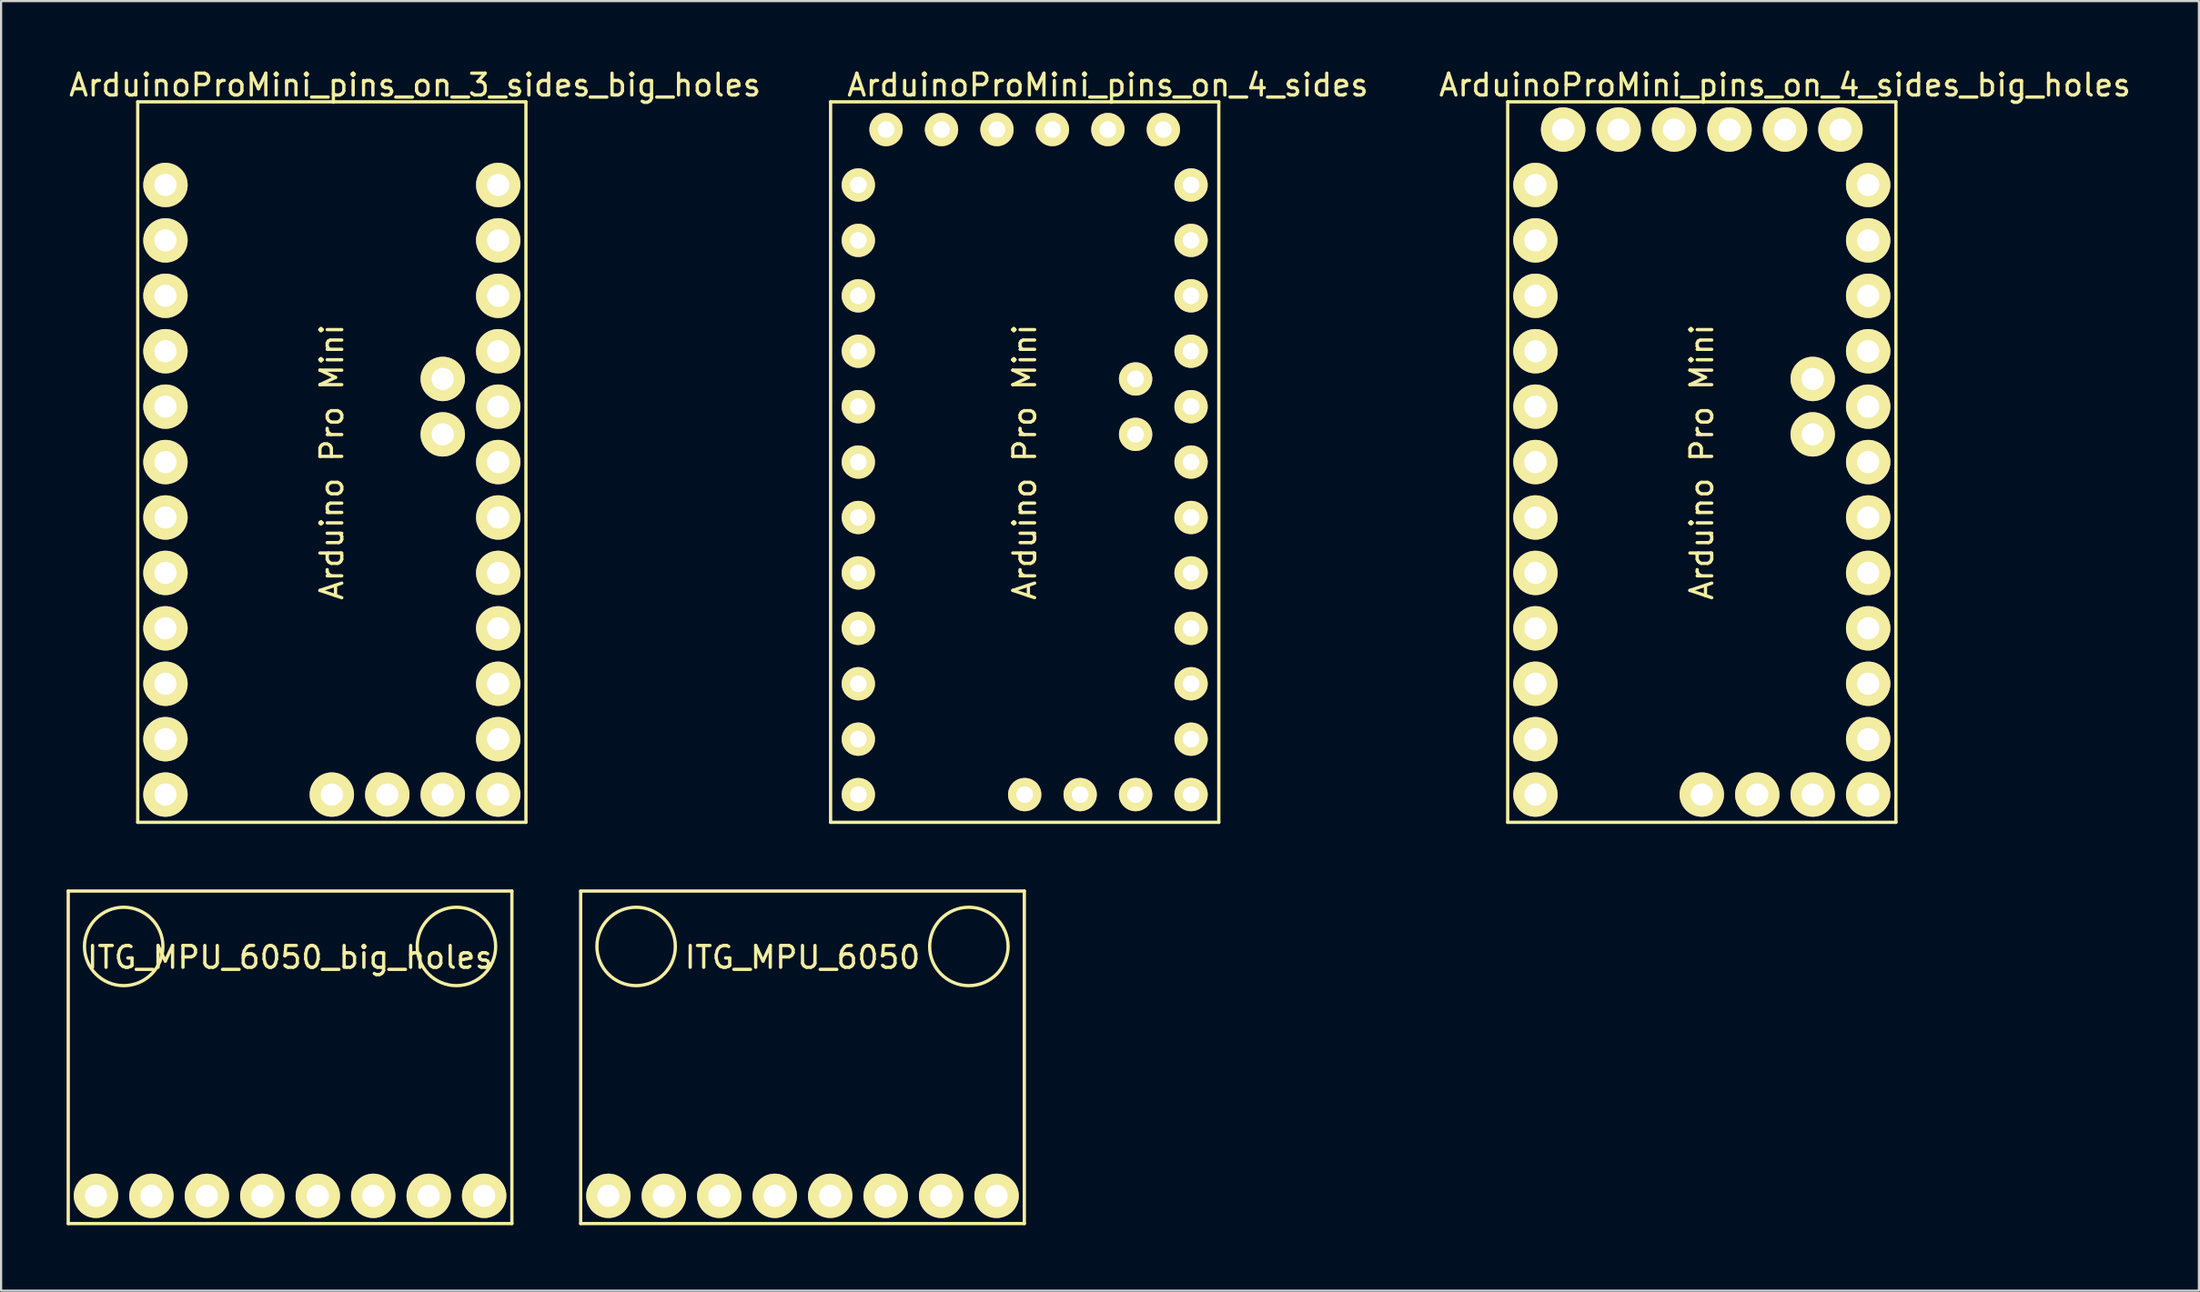
<source format=kicad_pcb>
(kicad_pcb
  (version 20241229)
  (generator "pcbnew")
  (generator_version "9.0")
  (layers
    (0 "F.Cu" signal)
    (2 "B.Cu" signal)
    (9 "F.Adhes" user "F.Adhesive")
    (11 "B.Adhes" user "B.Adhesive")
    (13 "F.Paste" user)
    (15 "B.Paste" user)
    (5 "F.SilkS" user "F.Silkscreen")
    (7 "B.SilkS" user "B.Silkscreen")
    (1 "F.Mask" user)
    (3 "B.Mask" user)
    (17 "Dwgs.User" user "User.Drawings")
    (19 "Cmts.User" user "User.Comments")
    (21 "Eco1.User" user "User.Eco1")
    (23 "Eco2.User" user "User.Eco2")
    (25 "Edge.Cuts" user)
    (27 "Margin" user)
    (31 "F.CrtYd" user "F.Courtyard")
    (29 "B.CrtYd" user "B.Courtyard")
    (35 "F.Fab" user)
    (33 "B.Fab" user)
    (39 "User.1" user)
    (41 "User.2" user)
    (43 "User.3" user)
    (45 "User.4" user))
  (footprint "ITG_MPU_6050_big_holes"
    (layer "F.Cu")
    (at 10.235 40.328)
    (property "Reference" "ITG_MPU_6050_big_holes" (at 0 0.5 0) (layer "F.SilkS") (effects (font (size 1 1) (thickness 0.15))))
    (attr through_hole)
    (fp_line (start -10.16 -2.54) (end -10.16 12.7) (stroke (width 0.15) (type solid)) (layer "F.SilkS"))
    (fp_line (start -10.16 12.7) (end 10.16 12.7) (stroke (width 0.15) (type solid)) (layer "F.SilkS"))
    (fp_line (start 10.16 -2.54) (end -10.16 -2.54) (stroke (width 0.15) (type solid)) (layer "F.SilkS"))
    (fp_line (start 10.16 12.7) (end 10.16 -2.54) (stroke (width 0.15) (type solid)) (layer "F.SilkS"))
    (fp_circle (center -7.62 0) (end -6.35 1.27) (stroke (width 0.15) (type solid)) (fill no) (layer "F.SilkS"))
    (fp_circle (center 7.62 0) (end 8.89 -1.27) (stroke (width 0.15) (type solid)) (fill no) (layer "F.SilkS"))
    (pad "1" thru_hole circle (at -8.89 11.43) (size 2.032 2.032) (drill 1.016) (layers "*.Cu" "*.Mask" "F.SilkS"))
    (pad "2" thru_hole circle (at -6.35 11.43) (size 2.032 2.032) (drill 1.016) (layers "*.Cu" "*.Mask" "F.SilkS"))
    (pad "3" thru_hole circle (at -3.81 11.43) (size 2.032 2.032) (drill 1.016) (layers "*.Cu" "*.Mask" "F.SilkS"))
    (pad "4" thru_hole circle (at -1.27 11.43) (size 2.032 2.032) (drill 1.016) (layers "*.Cu" "*.Mask" "F.SilkS"))
    (pad "5" thru_hole circle (at 1.27 11.43) (size 2.032 2.032) (drill 1.016) (layers "*.Cu" "*.Mask" "F.SilkS"))
    (pad "6" thru_hole circle (at 3.81 11.43) (size 2.032 2.032) (drill 1.016) (layers "*.Cu" "*.Mask" "F.SilkS"))
    (pad "7" thru_hole circle (at 6.35 11.43) (size 2.032 2.032) (drill 1.016) (layers "*.Cu" "*.Mask" "F.SilkS"))
    (pad "8" thru_hole circle (at 8.89 11.43) (size 2.032 2.032) (drill 1.016) (layers "*.Cu" "*.Mask" "F.SilkS")))
  (footprint "ArduinoProMini_pins_on_4_sides"
    (layer "F.Cu")
    (at 47.692 0.348)
    (property "Reference" "ArduinoProMini_pins_on_4_sides" (at 0 0.5 0) (layer "F.SilkS") (effects (font (size 1 1) (thickness 0.15))))
    (attr through_hole)
    (fp_line (start -12.7 1.27) (end -12.7 34.29) (stroke (width 0.15) (type solid)) (layer "F.SilkS"))
    (fp_line (start -12.7 34.29) (end 5.08 34.29) (stroke (width 0.15) (type solid)) (layer "F.SilkS"))
    (fp_line (start 5.08 1.27) (end -12.7 1.27) (stroke (width 0.15) (type solid)) (layer "F.SilkS"))
    (fp_line (start 5.08 34.29) (end 5.08 1.27) (stroke (width 0.15) (type solid)) (layer "F.SilkS"))
    (fp_text user "Arduino Pro Mini" (at -3.81 17.78 90) (layer "F.SilkS") (effects (font (size 1 1) (thickness 0.15))))
    (pad "1" thru_hole circle (at -10.16 2.54) (size 1.524 1.524) (drill 0.762) (layers "*.Cu" "*.Mask" "F.SilkS"))
    (pad "2" thru_hole circle (at -7.62 2.54) (size 1.524 1.524) (drill 0.762) (layers "*.Cu" "*.Mask" "F.SilkS"))
    (pad "3" thru_hole circle (at -5.08 2.54) (size 1.524 1.524) (drill 0.762) (layers "*.Cu" "*.Mask" "F.SilkS"))
    (pad "4" thru_hole circle (at -2.54 2.54) (size 1.524 1.524) (drill 0.762) (layers "*.Cu" "*.Mask" "F.SilkS"))
    (pad "5" thru_hole circle (at 0 2.54) (size 1.524 1.524) (drill 0.762) (layers "*.Cu" "*.Mask" "F.SilkS"))
    (pad "6" thru_hole circle (at 2.54 2.54) (size 1.524 1.524) (drill 0.762) (layers "*.Cu" "*.Mask" "F.SilkS"))
    (pad "7" thru_hole circle (at -11.43 5.08) (size 1.524 1.524) (drill 0.762) (layers "*.Cu" "*.Mask" "F.SilkS"))
    (pad "8" thru_hole circle (at -11.43 7.62) (size 1.524 1.524) (drill 0.762) (layers "*.Cu" "*.Mask" "F.SilkS"))
    (pad "9" thru_hole circle (at -11.43 10.16) (size 1.524 1.524) (drill 0.762) (layers "*.Cu" "*.Mask" "F.SilkS"))
    (pad "10" thru_hole circle (at -11.43 12.7) (size 1.524 1.524) (drill 0.762) (layers "*.Cu" "*.Mask" "F.SilkS"))
    (pad "11" thru_hole circle (at -11.43 15.24) (size 1.524 1.524) (drill 0.762) (layers "*.Cu" "*.Mask" "F.SilkS"))
    (pad "12" thru_hole circle (at -11.43 17.78) (size 1.524 1.524) (drill 0.762) (layers "*.Cu" "*.Mask" "F.SilkS"))
    (pad "13" thru_hole circle (at -11.43 20.32) (size 1.524 1.524) (drill 0.762) (layers "*.Cu" "*.Mask" "F.SilkS"))
    (pad "14" thru_hole circle (at -11.43 22.86) (size 1.524 1.524) (drill 0.762) (layers "*.Cu" "*.Mask" "F.SilkS"))
    (pad "15" thru_hole circle (at -11.43 25.4) (size 1.524 1.524) (drill 0.762) (layers "*.Cu" "*.Mask" "F.SilkS"))
    (pad "16" thru_hole circle (at -11.43 27.94) (size 1.524 1.524) (drill 0.762) (layers "*.Cu" "*.Mask" "F.SilkS"))
    (pad "17" thru_hole circle (at -11.43 30.48) (size 1.524 1.524) (drill 0.762) (layers "*.Cu" "*.Mask" "F.SilkS"))
    (pad "18" thru_hole circle (at -11.43 33.02) (size 1.524 1.524) (drill 0.762) (layers "*.Cu" "*.Mask" "F.SilkS"))
    (pad "19" thru_hole circle (at 3.81 5.08) (size 1.524 1.524) (drill 0.762) (layers "*.Cu" "*.Mask" "F.SilkS"))
    (pad "20" thru_hole circle (at 3.81 7.62) (size 1.524 1.524) (drill 0.762) (layers "*.Cu" "*.Mask" "F.SilkS"))
    (pad "21" thru_hole circle (at 3.81 10.16) (size 1.524 1.524) (drill 0.762) (layers "*.Cu" "*.Mask" "F.SilkS"))
    (pad "22" thru_hole circle (at 3.81 12.7) (size 1.524 1.524) (drill 0.762) (layers "*.Cu" "*.Mask" "F.SilkS"))
    (pad "23" thru_hole circle (at 3.81 15.24) (size 1.524 1.524) (drill 0.762) (layers "*.Cu" "*.Mask" "F.SilkS"))
    (pad "24" thru_hole circle (at 3.81 17.78) (size 1.524 1.524) (drill 0.762) (layers "*.Cu" "*.Mask" "F.SilkS"))
    (pad "25" thru_hole circle (at 3.81 20.32) (size 1.524 1.524) (drill 0.762) (layers "*.Cu" "*.Mask" "F.SilkS"))
    (pad "26" thru_hole circle (at 3.81 22.86) (size 1.524 1.524) (drill 0.762) (layers "*.Cu" "*.Mask" "F.SilkS"))
    (pad "27" thru_hole circle (at 3.81 25.4) (size 1.524 1.524) (drill 0.762) (layers "*.Cu" "*.Mask" "F.SilkS"))
    (pad "28" thru_hole circle (at 3.81 27.94) (size 1.524 1.524) (drill 0.762) (layers "*.Cu" "*.Mask" "F.SilkS"))
    (pad "29" thru_hole circle (at 3.81 30.48) (size 1.524 1.524) (drill 0.762) (layers "*.Cu" "*.Mask" "F.SilkS"))
    (pad "30" thru_hole circle (at 3.81 33.02) (size 1.524 1.524) (drill 0.762) (layers "*.Cu" "*.Mask" "F.SilkS"))
    (pad "31" thru_hole circle (at 1.27 13.97) (size 1.524 1.524) (drill 0.762) (layers "*.Cu" "*.Mask" "F.SilkS"))
    (pad "32" thru_hole circle (at 1.27 16.51) (size 1.524 1.524) (drill 0.762) (layers "*.Cu" "*.Mask" "F.SilkS"))
    (pad "33" thru_hole circle (at 1.27 33.02) (size 1.524 1.524) (drill 0.762) (layers "*.Cu" "*.Mask" "F.SilkS"))
    (pad "34" thru_hole circle (at -1.27 33.02) (size 1.524 1.524) (drill 0.762) (layers "*.Cu" "*.Mask" "F.SilkS"))
    (pad "35" thru_hole circle (at -3.81 33.02) (size 1.524 1.524) (drill 0.762) (layers "*.Cu" "*.Mask" "F.SilkS")))
  (footprint "ITG_MPU_6050"
    (layer "F.Cu")
    (at 33.705 40.328)
    (property "Reference" "ITG_MPU_6050" (at 0 0.5 0) (layer "F.SilkS") (effects (font (size 1 1) (thickness 0.15))))
    (attr through_hole)
    (fp_line (start -10.16 -2.54) (end -10.16 12.7) (stroke (width 0.15) (type solid)) (layer "F.SilkS"))
    (fp_line (start -10.16 12.7) (end 10.16 12.7) (stroke (width 0.15) (type solid)) (layer "F.SilkS"))
    (fp_line (start 10.16 -2.54) (end -10.16 -2.54) (stroke (width 0.15) (type solid)) (layer "F.SilkS"))
    (fp_line (start 10.16 12.7) (end 10.16 -2.54) (stroke (width 0.15) (type solid)) (layer "F.SilkS"))
    (fp_circle (center -7.62 0) (end -6.35 1.27) (stroke (width 0.15) (type solid)) (fill no) (layer "F.SilkS"))
    (fp_circle (center 7.62 0) (end 8.89 -1.27) (stroke (width 0.15) (type solid)) (fill no) (layer "F.SilkS"))
    (pad "1" thru_hole circle (at -8.89 11.43) (size 2.032 2.032) (drill 1.016) (layers "*.Cu" "*.Mask" "F.SilkS"))
    (pad "2" thru_hole circle (at -6.35 11.43) (size 2.032 2.032) (drill 1.016) (layers "*.Cu" "*.Mask" "F.SilkS"))
    (pad "3" thru_hole circle (at -3.81 11.43) (size 2.032 2.032) (drill 1.016) (layers "*.Cu" "*.Mask" "F.SilkS"))
    (pad "4" thru_hole circle (at -1.27 11.43) (size 2.032 2.032) (drill 1.016) (layers "*.Cu" "*.Mask" "F.SilkS"))
    (pad "5" thru_hole circle (at 1.27 11.43) (size 2.032 2.032) (drill 1.016) (layers "*.Cu" "*.Mask" "F.SilkS"))
    (pad "6" thru_hole circle (at 3.81 11.43) (size 2.032 2.032) (drill 1.016) (layers "*.Cu" "*.Mask" "F.SilkS"))
    (pad "7" thru_hole circle (at 6.35 11.43) (size 2.032 2.032) (drill 1.016) (layers "*.Cu" "*.Mask" "F.SilkS"))
    (pad "8" thru_hole circle (at 8.89 11.43) (size 2.032 2.032) (drill 1.016) (layers "*.Cu" "*.Mask" "F.SilkS")))
  (footprint "ArduinoProMini_pins_on_3_sides_big_holes"
    (layer "F.Cu")
    (at 15.958 0.348)
    (property "Reference" "ArduinoProMini_pins_on_3_sides_big_holes" (at 0 0.5 0) (layer "F.SilkS") (effects (font (size 1 1) (thickness 0.15))))
    (attr through_hole)
    (fp_line (start -12.7 1.27) (end -12.7 34.29) (stroke (width 0.15) (type solid)) (layer "F.SilkS"))
    (fp_line (start -12.7 34.29) (end 5.08 34.29) (stroke (width 0.15) (type solid)) (layer "F.SilkS"))
    (fp_line (start 5.08 1.27) (end -12.7 1.27) (stroke (width 0.15) (type solid)) (layer "F.SilkS"))
    (fp_line (start 5.08 34.29) (end 5.08 1.27) (stroke (width 0.15) (type solid)) (layer "F.SilkS"))
    (fp_text user "Arduino Pro Mini" (at -3.81 17.78 90) (layer "F.SilkS") (effects (font (size 1 1) (thickness 0.15))))
    (pad "7" thru_hole circle (at -11.43 5.08) (size 2.032 2.032) (drill 1.016) (layers "*.Cu" "*.Mask" "F.SilkS"))
    (pad "8" thru_hole circle (at -11.43 7.62) (size 2.032 2.032) (drill 1.016) (layers "*.Cu" "*.Mask" "F.SilkS"))
    (pad "9" thru_hole circle (at -11.43 10.16) (size 2.032 2.032) (drill 1.016) (layers "*.Cu" "*.Mask" "F.SilkS"))
    (pad "10" thru_hole circle (at -11.43 12.7) (size 2.032 2.032) (drill 1.016) (layers "*.Cu" "*.Mask" "F.SilkS"))
    (pad "11" thru_hole circle (at -11.43 15.24) (size 2.032 2.032) (drill 1.016) (layers "*.Cu" "*.Mask" "F.SilkS"))
    (pad "12" thru_hole circle (at -11.43 17.78) (size 2.032 2.032) (drill 1.016) (layers "*.Cu" "*.Mask" "F.SilkS"))
    (pad "13" thru_hole circle (at -11.43 20.32) (size 2.032 2.032) (drill 1.016) (layers "*.Cu" "*.Mask" "F.SilkS"))
    (pad "14" thru_hole circle (at -11.43 22.86) (size 2.032 2.032) (drill 1.016) (layers "*.Cu" "*.Mask" "F.SilkS"))
    (pad "15" thru_hole circle (at -11.43 25.4) (size 2.032 2.032) (drill 1.016) (layers "*.Cu" "*.Mask" "F.SilkS"))
    (pad "16" thru_hole circle (at -11.43 27.94) (size 2.032 2.032) (drill 1.016) (layers "*.Cu" "*.Mask" "F.SilkS"))
    (pad "17" thru_hole circle (at -11.43 30.48) (size 2.032 2.032) (drill 1.016) (layers "*.Cu" "*.Mask" "F.SilkS"))
    (pad "18" thru_hole circle (at -11.43 33.02) (size 2.032 2.032) (drill 1.016) (layers "*.Cu" "*.Mask" "F.SilkS"))
    (pad "19" thru_hole circle (at 3.81 5.08) (size 2.032 2.032) (drill 1.016) (layers "*.Cu" "*.Mask" "F.SilkS"))
    (pad "20" thru_hole circle (at 3.81 7.62) (size 2.032 2.032) (drill 1.016) (layers "*.Cu" "*.Mask" "F.SilkS"))
    (pad "21" thru_hole circle (at 3.81 10.16) (size 2.032 2.032) (drill 1.016) (layers "*.Cu" "*.Mask" "F.SilkS"))
    (pad "22" thru_hole circle (at 3.81 12.7) (size 2.032 2.032) (drill 1.016) (layers "*.Cu" "*.Mask" "F.SilkS"))
    (pad "23" thru_hole circle (at 3.81 15.24) (size 2.032 2.032) (drill 1.016) (layers "*.Cu" "*.Mask" "F.SilkS"))
    (pad "24" thru_hole circle (at 3.81 17.78) (size 2.032 2.032) (drill 1.016) (layers "*.Cu" "*.Mask" "F.SilkS"))
    (pad "25" thru_hole circle (at 3.81 20.32) (size 2.032 2.032) (drill 1.016) (layers "*.Cu" "*.Mask" "F.SilkS"))
    (pad "26" thru_hole circle (at 3.81 22.86) (size 2.032 2.032) (drill 1.016) (layers "*.Cu" "*.Mask" "F.SilkS"))
    (pad "27" thru_hole circle (at 3.81 25.4) (size 2.032 2.032) (drill 1.016) (layers "*.Cu" "*.Mask" "F.SilkS"))
    (pad "28" thru_hole circle (at 3.81 27.94) (size 2.032 2.032) (drill 1.016) (layers "*.Cu" "*.Mask" "F.SilkS"))
    (pad "29" thru_hole circle (at 3.81 30.48) (size 2.032 2.032) (drill 1.016) (layers "*.Cu" "*.Mask" "F.SilkS"))
    (pad "30" thru_hole circle (at 3.81 33.02) (size 2.032 2.032) (drill 1.016) (layers "*.Cu" "*.Mask" "F.SilkS"))
    (pad "31" thru_hole circle (at 1.27 13.97) (size 2.032 2.032) (drill 1.016) (layers "*.Cu" "*.Mask" "F.SilkS"))
    (pad "32" thru_hole circle (at 1.27 16.51) (size 2.032 2.032) (drill 1.016) (layers "*.Cu" "*.Mask" "F.SilkS"))
    (pad "33" thru_hole circle (at 1.27 33.02) (size 2.032 2.032) (drill 1.016) (layers "*.Cu" "*.Mask" "F.SilkS"))
    (pad "34" thru_hole circle (at -1.27 33.02) (size 2.032 2.032) (drill 1.016) (layers "*.Cu" "*.Mask" "F.SilkS"))
    (pad "35" thru_hole circle (at -3.81 33.02) (size 2.032 2.032) (drill 1.016) (layers "*.Cu" "*.Mask" "F.SilkS")))
  (footprint "ArduinoProMini_pins_on_4_sides_big_holes"
    (layer "F.Cu")
    (at 78.704 0.348)
    (property "Reference" "ArduinoProMini_pins_on_4_sides_big_holes" (at 0 0.5 0) (layer "F.SilkS") (effects (font (size 1 1) (thickness 0.15))))
    (attr through_hole)
    (fp_line (start -12.7 1.27) (end -12.7 34.29) (stroke (width 0.15) (type solid)) (layer "F.SilkS"))
    (fp_line (start -12.7 34.29) (end 5.08 34.29) (stroke (width 0.15) (type solid)) (layer "F.SilkS"))
    (fp_line (start 5.08 1.27) (end -12.7 1.27) (stroke (width 0.15) (type solid)) (layer "F.SilkS"))
    (fp_line (start 5.08 34.29) (end 5.08 1.27) (stroke (width 0.15) (type solid)) (layer "F.SilkS"))
    (fp_text user "Arduino Pro Mini" (at -3.81 17.78 90) (layer "F.SilkS") (effects (font (size 1 1) (thickness 0.15))))
    (pad "1" thru_hole circle (at -10.16 2.54) (size 2.032 2.032) (drill 1.016) (layers "*.Cu" "*.Mask" "F.SilkS"))
    (pad "2" thru_hole circle (at -7.62 2.54) (size 2.032 2.032) (drill 1.016) (layers "*.Cu" "*.Mask" "F.SilkS"))
    (pad "3" thru_hole circle (at -5.08 2.54) (size 2.032 2.032) (drill 1.016) (layers "*.Cu" "*.Mask" "F.SilkS"))
    (pad "4" thru_hole circle (at -2.54 2.54) (size 2.032 2.032) (drill 1.016) (layers "*.Cu" "*.Mask" "F.SilkS"))
    (pad "5" thru_hole circle (at 0 2.54) (size 2.032 2.032) (drill 1.016) (layers "*.Cu" "*.Mask" "F.SilkS"))
    (pad "6" thru_hole circle (at 2.54 2.54) (size 2.032 2.032) (drill 1.016) (layers "*.Cu" "*.Mask" "F.SilkS"))
    (pad "7" thru_hole circle (at -11.43 5.08) (size 2.032 2.032) (drill 1.016) (layers "*.Cu" "*.Mask" "F.SilkS"))
    (pad "8" thru_hole circle (at -11.43 7.62) (size 2.032 2.032) (drill 1.016) (layers "*.Cu" "*.Mask" "F.SilkS"))
    (pad "9" thru_hole circle (at -11.43 10.16) (size 2.032 2.032) (drill 1.016) (layers "*.Cu" "*.Mask" "F.SilkS"))
    (pad "10" thru_hole circle (at -11.43 12.7) (size 2.032 2.032) (drill 1.016) (layers "*.Cu" "*.Mask" "F.SilkS"))
    (pad "11" thru_hole circle (at -11.43 15.24) (size 2.032 2.032) (drill 1.016) (layers "*.Cu" "*.Mask" "F.SilkS"))
    (pad "12" thru_hole circle (at -11.43 17.78) (size 2.032 2.032) (drill 1.016) (layers "*.Cu" "*.Mask" "F.SilkS"))
    (pad "13" thru_hole circle (at -11.43 20.32) (size 2.032 2.032) (drill 1.016) (layers "*.Cu" "*.Mask" "F.SilkS"))
    (pad "14" thru_hole circle (at -11.43 22.86) (size 2.032 2.032) (drill 1.016) (layers "*.Cu" "*.Mask" "F.SilkS"))
    (pad "15" thru_hole circle (at -11.43 25.4) (size 2.032 2.032) (drill 1.016) (layers "*.Cu" "*.Mask" "F.SilkS"))
    (pad "16" thru_hole circle (at -11.43 27.94) (size 2.032 2.032) (drill 1.016) (layers "*.Cu" "*.Mask" "F.SilkS"))
    (pad "17" thru_hole circle (at -11.43 30.48) (size 2.032 2.032) (drill 1.016) (layers "*.Cu" "*.Mask" "F.SilkS"))
    (pad "18" thru_hole circle (at -11.43 33.02) (size 2.032 2.032) (drill 1.016) (layers "*.Cu" "*.Mask" "F.SilkS"))
    (pad "19" thru_hole circle (at 3.81 5.08) (size 2.032 2.032) (drill 1.016) (layers "*.Cu" "*.Mask" "F.SilkS"))
    (pad "20" thru_hole circle (at 3.81 7.62) (size 2.032 2.032) (drill 1.016) (layers "*.Cu" "*.Mask" "F.SilkS"))
    (pad "21" thru_hole circle (at 3.81 10.16) (size 2.032 2.032) (drill 1.016) (layers "*.Cu" "*.Mask" "F.SilkS"))
    (pad "22" thru_hole circle (at 3.81 12.7) (size 2.032 2.032) (drill 1.016) (layers "*.Cu" "*.Mask" "F.SilkS"))
    (pad "23" thru_hole circle (at 3.81 15.24) (size 2.032 2.032) (drill 1.016) (layers "*.Cu" "*.Mask" "F.SilkS"))
    (pad "24" thru_hole circle (at 3.81 17.78) (size 2.032 2.032) (drill 1.016) (layers "*.Cu" "*.Mask" "F.SilkS"))
    (pad "25" thru_hole circle (at 3.81 20.32) (size 2.032 2.032) (drill 1.016) (layers "*.Cu" "*.Mask" "F.SilkS"))
    (pad "26" thru_hole circle (at 3.81 22.86) (size 2.032 2.032) (drill 1.016) (layers "*.Cu" "*.Mask" "F.SilkS"))
    (pad "27" thru_hole circle (at 3.81 25.4) (size 2.032 2.032) (drill 1.016) (layers "*.Cu" "*.Mask" "F.SilkS"))
    (pad "28" thru_hole circle (at 3.81 27.94) (size 2.032 2.032) (drill 1.016) (layers "*.Cu" "*.Mask" "F.SilkS"))
    (pad "29" thru_hole circle (at 3.81 30.48) (size 2.032 2.032) (drill 1.016) (layers "*.Cu" "*.Mask" "F.SilkS"))
    (pad "30" thru_hole circle (at 3.81 33.02) (size 2.032 2.032) (drill 1.016) (layers "*.Cu" "*.Mask" "F.SilkS"))
    (pad "31" thru_hole circle (at 1.27 13.97) (size 2.032 2.032) (drill 1.016) (layers "*.Cu" "*.Mask" "F.SilkS"))
    (pad "32" thru_hole circle (at 1.27 16.51) (size 2.032 2.032) (drill 1.016) (layers "*.Cu" "*.Mask" "F.SilkS"))
    (pad "33" thru_hole circle (at 1.27 33.02) (size 2.032 2.032) (drill 1.016) (layers "*.Cu" "*.Mask" "F.SilkS"))
    (pad "34" thru_hole circle (at -1.27 33.02) (size 2.032 2.032) (drill 1.016) (layers "*.Cu" "*.Mask" "F.SilkS"))
    (pad "35" thru_hole circle (at -3.81 33.02) (size 2.032 2.032) (drill 1.016) (layers "*.Cu" "*.Mask" "F.SilkS")))
  (gr_rect
    (start -3 -3)
    (end 97.662 56.103)
    (stroke (width 0.1) (type default))
    (fill no)
    (layer "Edge.Cuts")))
</source>
